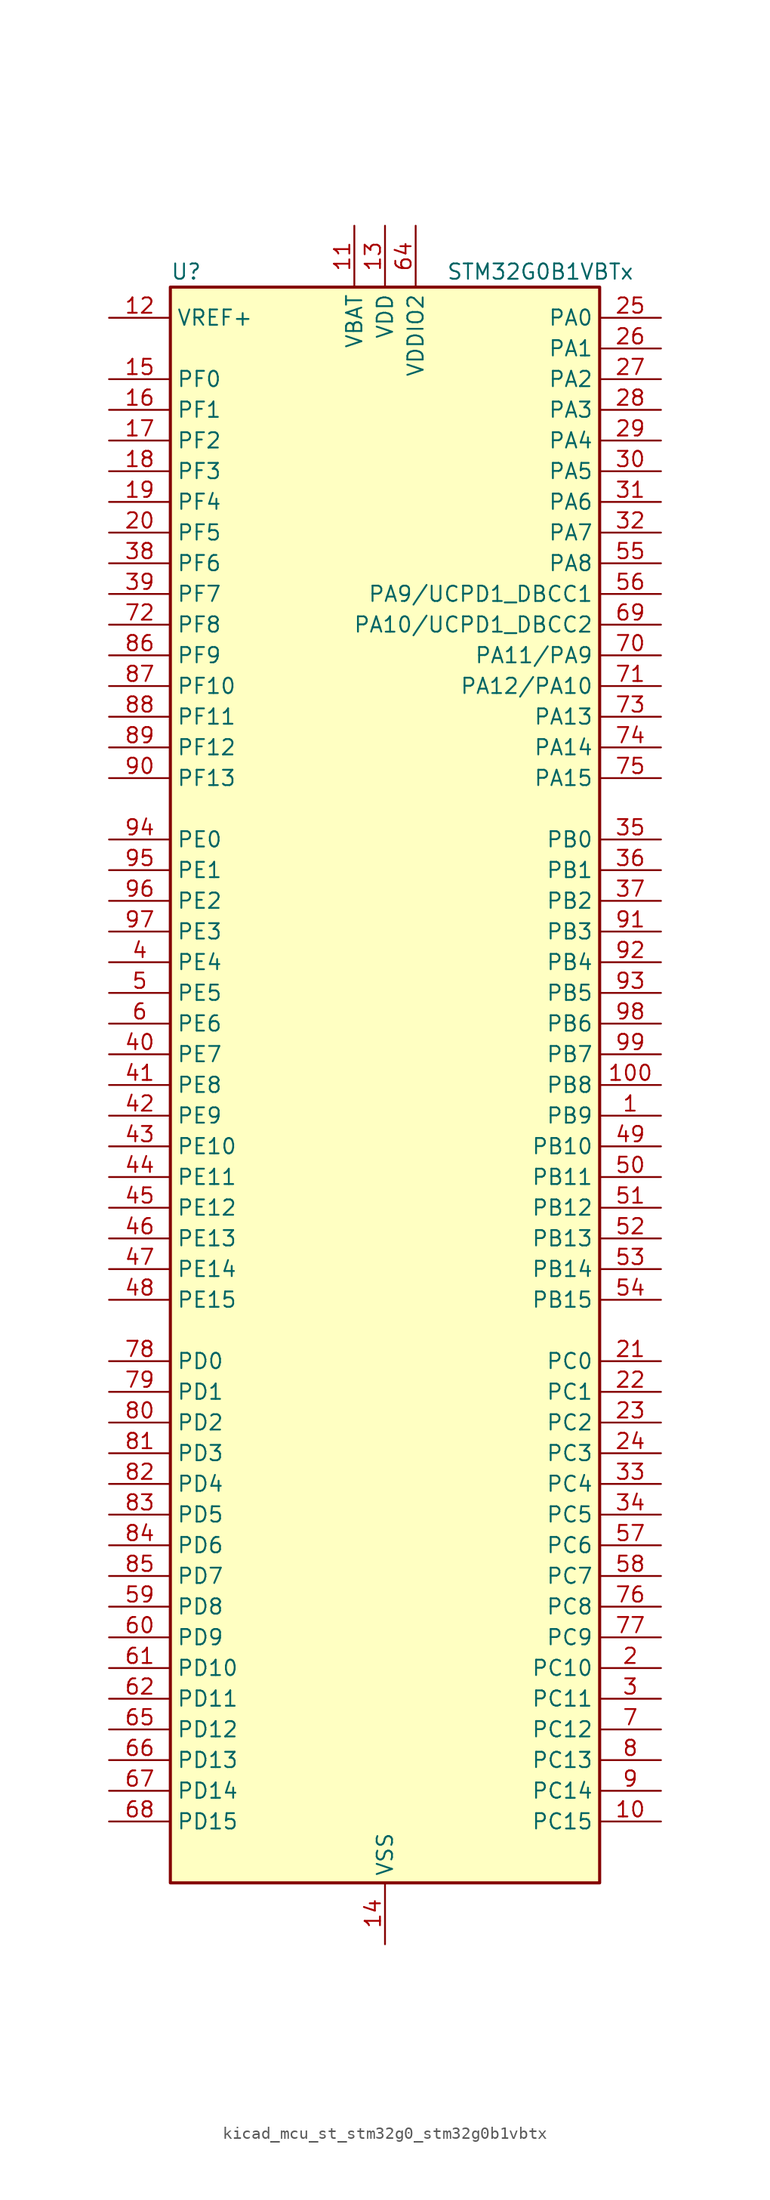
<source format=kicad_sym>
(kicad_symbol_lib
  (version 20220914)
  (generator kicad_symbol_editor)
  (symbol "kicad_mcu_st_stm32g0_stm32g0b1vbtx"
    (property "Reference" "U"
      (at -17.78 67.31 0)
      (effects (font (size 1.27 1.27)) (justify left)))
    (property "Value" "STM32G0B1VBTx"
      (at 5.08 67.31 0)
      (effects (font (size 1.27 1.27)) (justify left)))
    (property "ki_locked" ""
      (at 0 0 0)
      (effects (font (size 1.27 1.27))))
    (symbol "kicad_mcu_st_stm32g0_stm32g0b1vbtx_0_1"
      (rectangle (start -17.78 -66.04) (end 17.78 66.04) (stroke (width 0.254) (type default)) (fill (type background))))
    (symbol "kicad_mcu_st_stm32g0_stm32g0b1vbtx_1_1"
      (pin bidirectional line (at 22.86 -2.54 180) (length 5.08) (name "PB9" (effects (font (size 1.27 1.27)))) (number "1" (effects (font (size 1.27 1.27)))) (alternate "DAC1_EXTI9" bidirectional line) (alternate "FDCAN1_TX" bidirectional line) (alternate "I2C1_SDA" bidirectional line) (alternate "I2S2_WS" bidirectional line) (alternate "IR_OUT" bidirectional line) (alternate "SPI2_NSS" bidirectional line) (alternate "TIM17_CH1" bidirectional line) (alternate "TIM4_CH4" bidirectional line) (alternate "UCPD2_FRSTX1" bidirectional line) (alternate "UCPD2_FRSTX2" bidirectional line) (alternate "USART3_RX" bidirectional line) (alternate "USART6_RX" bidirectional line))
      (pin bidirectional line (at 22.86 -60.96 180) (length 5.08) (name "PC15" (effects (font (size 1.27 1.27)))) (number "10" (effects (font (size 1.27 1.27)))) (alternate "RCC_OSC32_EN" bidirectional line) (alternate "RCC_OSC32_OUT" bidirectional line) (alternate "RCC_OSC_EN" bidirectional line) (alternate "TIM15_BK" bidirectional line))
      (pin bidirectional line (at 22.86 0 180) (length 5.08) (name "PB8" (effects (font (size 1.27 1.27)))) (number "100" (effects (font (size 1.27 1.27)))) (alternate "CEC" bidirectional line) (alternate "FDCAN1_RX" bidirectional line) (alternate "I2C1_SCL" bidirectional line) (alternate "I2S2_CK" bidirectional line) (alternate "SPI2_SCK" bidirectional line) (alternate "TIM15_BK" bidirectional line) (alternate "TIM16_CH1" bidirectional line) (alternate "TIM4_CH3" bidirectional line) (alternate "USART3_TX" bidirectional line) (alternate "USART6_TX" bidirectional line))
      (pin power_in line (at -2.54 71.12 270) (length 5.08) (name "VBAT" (effects (font (size 1.27 1.27)))) (number "11" (effects (font (size 1.27 1.27)))))
      (pin input line (at -22.86 63.5 0) (length 5.08) (name "VREF+" (effects (font (size 1.27 1.27)))) (number "12" (effects (font (size 1.27 1.27)))) (alternate "VREFBUF_OUT" bidirectional line))
      (pin power_in line (at 0 71.12 270) (length 5.08) (name "VDD" (effects (font (size 1.27 1.27)))) (number "13" (effects (font (size 1.27 1.27)))))
      (pin power_in line (at 0 -71.12 90) (length 5.08) (name "VSS" (effects (font (size 1.27 1.27)))) (number "14" (effects (font (size 1.27 1.27)))))
      (pin bidirectional line (at -22.86 58.42 0) (length 5.08) (name "PF0" (effects (font (size 1.27 1.27)))) (number "15" (effects (font (size 1.27 1.27)))) (alternate "CRS1_SYNC" bidirectional line) (alternate "RCC_OSC_IN" bidirectional line) (alternate "TIM14_CH1" bidirectional line))
      (pin bidirectional line (at -22.86 55.88 0) (length 5.08) (name "PF1" (effects (font (size 1.27 1.27)))) (number "16" (effects (font (size 1.27 1.27)))) (alternate "RCC_OSC_EN" bidirectional line) (alternate "RCC_OSC_OUT" bidirectional line) (alternate "TIM15_CH1N" bidirectional line))
      (pin bidirectional line (at -22.86 53.34 0) (length 5.08) (name "PF2" (effects (font (size 1.27 1.27)))) (number "17" (effects (font (size 1.27 1.27)))) (alternate "LPUART2_DE" bidirectional line) (alternate "LPUART2_RTS" bidirectional line) (alternate "LPUART2_TX" bidirectional line) (alternate "RCC_MCO" bidirectional line))
      (pin bidirectional line (at -22.86 50.8 0) (length 5.08) (name "PF3" (effects (font (size 1.27 1.27)))) (number "18" (effects (font (size 1.27 1.27)))) (alternate "LPUART2_RX" bidirectional line) (alternate "USART6_CK" bidirectional line) (alternate "USART6_DE" bidirectional line) (alternate "USART6_RTS" bidirectional line))
      (pin bidirectional line (at -22.86 48.26 0) (length 5.08) (name "PF4" (effects (font (size 1.27 1.27)))) (number "19" (effects (font (size 1.27 1.27)))) (alternate "LPUART1_TX" bidirectional line))
      (pin bidirectional line (at 22.86 -48.26 180) (length 5.08) (name "PC10" (effects (font (size 1.27 1.27)))) (number "2" (effects (font (size 1.27 1.27)))) (alternate "SPI3_SCK" bidirectional line) (alternate "TIM1_CH3" bidirectional line) (alternate "USART3_TX" bidirectional line) (alternate "USART4_TX" bidirectional line))
      (pin bidirectional line (at -22.86 45.72 0) (length 5.08) (name "PF5" (effects (font (size 1.27 1.27)))) (number "20" (effects (font (size 1.27 1.27)))) (alternate "LPUART1_RX" bidirectional line))
      (pin bidirectional line (at 22.86 -22.86 180) (length 5.08) (name "PC0" (effects (font (size 1.27 1.27)))) (number "21" (effects (font (size 1.27 1.27)))) (alternate "COMP3_INM" bidirectional line) (alternate "COMP3_OUT" bidirectional line) (alternate "I2C3_SCL" bidirectional line) (alternate "LPTIM1_IN1" bidirectional line) (alternate "LPTIM2_IN1" bidirectional line) (alternate "LPUART1_RX" bidirectional line) (alternate "LPUART2_TX" bidirectional line) (alternate "USART6_TX" bidirectional line))
      (pin bidirectional line (at 22.86 -25.4 180) (length 5.08) (name "PC1" (effects (font (size 1.27 1.27)))) (number "22" (effects (font (size 1.27 1.27)))) (alternate "COMP3_INP" bidirectional line) (alternate "I2C3_SDA" bidirectional line) (alternate "LPTIM1_OUT" bidirectional line) (alternate "LPUART1_TX" bidirectional line) (alternate "LPUART2_RX" bidirectional line) (alternate "TIM15_CH1" bidirectional line) (alternate "USART6_RX" bidirectional line))
      (pin bidirectional line (at 22.86 -27.94 180) (length 5.08) (name "PC2" (effects (font (size 1.27 1.27)))) (number "23" (effects (font (size 1.27 1.27)))) (alternate "COMP3_OUT" bidirectional line) (alternate "FDCAN2_RX" bidirectional line) (alternate "I2S2_MCK" bidirectional line) (alternate "LPTIM1_IN2" bidirectional line) (alternate "SPI2_MISO" bidirectional line) (alternate "TIM15_CH2" bidirectional line))
      (pin bidirectional line (at 22.86 -30.48 180) (length 5.08) (name "PC3" (effects (font (size 1.27 1.27)))) (number "24" (effects (font (size 1.27 1.27)))) (alternate "FDCAN2_TX" bidirectional line) (alternate "I2S2_SD" bidirectional line) (alternate "LPTIM1_ETR" bidirectional line) (alternate "LPTIM2_ETR" bidirectional line) (alternate "SPI2_MOSI" bidirectional line))
      (pin bidirectional line (at 22.86 63.5 180) (length 5.08) (name "PA0" (effects (font (size 1.27 1.27)))) (number "25" (effects (font (size 1.27 1.27)))) (alternate "ADC1_IN0" bidirectional line) (alternate "COMP1_INM" bidirectional line) (alternate "COMP1_OUT" bidirectional line) (alternate "I2S2_CK" bidirectional line) (alternate "LPTIM1_OUT" bidirectional line) (alternate "RTC_TAMP_IN2" bidirectional line) (alternate "SPI2_SCK" bidirectional line) (alternate "SYS_WKUP1" bidirectional line) (alternate "TIM2_CH1" bidirectional line) (alternate "TIM2_ETR" bidirectional line) (alternate "UCPD2_FRSTX1" bidirectional line) (alternate "UCPD2_FRSTX2" bidirectional line) (alternate "USART2_CTS" bidirectional line) (alternate "USART2_NSS" bidirectional line) (alternate "USART4_TX" bidirectional line))
      (pin bidirectional line (at 22.86 60.96 180) (length 5.08) (name "PA1" (effects (font (size 1.27 1.27)))) (number "26" (effects (font (size 1.27 1.27)))) (alternate "ADC1_IN1" bidirectional line) (alternate "COMP1_INP" bidirectional line) (alternate "I2C1_SMBA" bidirectional line) (alternate "I2S1_CK" bidirectional line) (alternate "SPI1_SCK" bidirectional line) (alternate "TIM15_CH1N" bidirectional line) (alternate "TIM2_CH2" bidirectional line) (alternate "USART2_CK" bidirectional line) (alternate "USART2_DE" bidirectional line) (alternate "USART2_RTS" bidirectional line) (alternate "USART4_RX" bidirectional line))
      (pin bidirectional line (at 22.86 58.42 180) (length 5.08) (name "PA2" (effects (font (size 1.27 1.27)))) (number "27" (effects (font (size 1.27 1.27)))) (alternate "ADC1_IN2" bidirectional line) (alternate "COMP2_INM" bidirectional line) (alternate "COMP2_OUT" bidirectional line) (alternate "I2S1_SD" bidirectional line) (alternate "LPUART1_TX" bidirectional line) (alternate "RCC_LSCO" bidirectional line) (alternate "SPI1_MOSI" bidirectional line) (alternate "SYS_WKUP4" bidirectional line) (alternate "TIM15_CH1" bidirectional line) (alternate "TIM2_CH3" bidirectional line) (alternate "UCPD1_FRSTX1" bidirectional line) (alternate "UCPD1_FRSTX2" bidirectional line) (alternate "USART2_TX" bidirectional line))
      (pin bidirectional line (at 22.86 55.88 180) (length 5.08) (name "PA3" (effects (font (size 1.27 1.27)))) (number "28" (effects (font (size 1.27 1.27)))) (alternate "ADC1_IN3" bidirectional line) (alternate "COMP2_INP" bidirectional line) (alternate "I2S2_MCK" bidirectional line) (alternate "LPUART1_RX" bidirectional line) (alternate "SPI2_MISO" bidirectional line) (alternate "TIM15_CH2" bidirectional line) (alternate "TIM2_CH4" bidirectional line) (alternate "UCPD2_FRSTX1" bidirectional line) (alternate "UCPD2_FRSTX2" bidirectional line) (alternate "USART2_RX" bidirectional line))
      (pin bidirectional line (at 22.86 53.34 180) (length 5.08) (name "PA4" (effects (font (size 1.27 1.27)))) (number "29" (effects (font (size 1.27 1.27)))) (alternate "ADC1_IN4" bidirectional line) (alternate "DAC1_OUT1" bidirectional line) (alternate "I2S1_WS" bidirectional line) (alternate "I2S2_SD" bidirectional line) (alternate "LPTIM2_OUT" bidirectional line) (alternate "RTC_OUT2" bidirectional line) (alternate "SPI1_NSS" bidirectional line) (alternate "SPI2_MOSI" bidirectional line) (alternate "SPI3_NSS" bidirectional line) (alternate "TIM14_CH1" bidirectional line) (alternate "UCPD2_FRSTX1" bidirectional line) (alternate "UCPD2_FRSTX2" bidirectional line) (alternate "USART6_TX" bidirectional line) (alternate "USB_NOE" bidirectional line))
      (pin bidirectional line (at 22.86 -50.8 180) (length 5.08) (name "PC11" (effects (font (size 1.27 1.27)))) (number "3" (effects (font (size 1.27 1.27)))) (alternate "ADC1_EXTI11" bidirectional line) (alternate "SPI3_MISO" bidirectional line) (alternate "TIM1_CH4" bidirectional line) (alternate "USART3_RX" bidirectional line) (alternate "USART4_RX" bidirectional line))
      (pin bidirectional line (at 22.86 50.8 180) (length 5.08) (name "PA5" (effects (font (size 1.27 1.27)))) (number "30" (effects (font (size 1.27 1.27)))) (alternate "ADC1_IN5" bidirectional line) (alternate "CEC" bidirectional line) (alternate "DAC1_OUT2" bidirectional line) (alternate "I2S1_CK" bidirectional line) (alternate "LPTIM2_ETR" bidirectional line) (alternate "SPI1_SCK" bidirectional line) (alternate "TIM2_CH1" bidirectional line) (alternate "TIM2_ETR" bidirectional line) (alternate "UCPD1_FRSTX1" bidirectional line) (alternate "UCPD1_FRSTX2" bidirectional line) (alternate "USART3_TX" bidirectional line) (alternate "USART6_RX" bidirectional line))
      (pin bidirectional line (at 22.86 48.26 180) (length 5.08) (name "PA6" (effects (font (size 1.27 1.27)))) (number "31" (effects (font (size 1.27 1.27)))) (alternate "ADC1_IN6" bidirectional line) (alternate "COMP1_OUT" bidirectional line) (alternate "I2C2_SDA" bidirectional line) (alternate "I2C3_SDA" bidirectional line) (alternate "I2S1_MCK" bidirectional line) (alternate "LPUART1_CTS" bidirectional line) (alternate "SPI1_MISO" bidirectional line) (alternate "TIM16_CH1" bidirectional line) (alternate "TIM1_BK" bidirectional line) (alternate "TIM3_CH1" bidirectional line) (alternate "USART3_CTS" bidirectional line) (alternate "USART3_NSS" bidirectional line) (alternate "USART6_CTS" bidirectional line) (alternate "USART6_NSS" bidirectional line))
      (pin bidirectional line (at 22.86 45.72 180) (length 5.08) (name "PA7" (effects (font (size 1.27 1.27)))) (number "32" (effects (font (size 1.27 1.27)))) (alternate "ADC1_IN7" bidirectional line) (alternate "COMP2_OUT" bidirectional line) (alternate "I2C2_SCL" bidirectional line) (alternate "I2C3_SCL" bidirectional line) (alternate "I2S1_SD" bidirectional line) (alternate "SPI1_MOSI" bidirectional line) (alternate "TIM14_CH1" bidirectional line) (alternate "TIM17_CH1" bidirectional line) (alternate "TIM1_CH1N" bidirectional line) (alternate "TIM3_CH2" bidirectional line) (alternate "UCPD1_FRSTX1" bidirectional line) (alternate "UCPD1_FRSTX2" bidirectional line) (alternate "USART6_CK" bidirectional line) (alternate "USART6_DE" bidirectional line) (alternate "USART6_RTS" bidirectional line))
      (pin bidirectional line (at 22.86 -33.02 180) (length 5.08) (name "PC4" (effects (font (size 1.27 1.27)))) (number "33" (effects (font (size 1.27 1.27)))) (alternate "ADC1_IN17" bidirectional line) (alternate "COMP1_INM" bidirectional line) (alternate "FDCAN1_RX" bidirectional line) (alternate "TIM2_CH1" bidirectional line) (alternate "TIM2_ETR" bidirectional line) (alternate "USART1_TX" bidirectional line) (alternate "USART3_TX" bidirectional line))
      (pin bidirectional line (at 22.86 -35.56 180) (length 5.08) (name "PC5" (effects (font (size 1.27 1.27)))) (number "34" (effects (font (size 1.27 1.27)))) (alternate "ADC1_IN18" bidirectional line) (alternate "COMP1_INP" bidirectional line) (alternate "FDCAN1_TX" bidirectional line) (alternate "SYS_WKUP5" bidirectional line) (alternate "TIM2_CH2" bidirectional line) (alternate "USART1_RX" bidirectional line) (alternate "USART3_RX" bidirectional line))
      (pin bidirectional line (at 22.86 20.32 180) (length 5.08) (name "PB0" (effects (font (size 1.27 1.27)))) (number "35" (effects (font (size 1.27 1.27)))) (alternate "ADC1_IN8" bidirectional line) (alternate "COMP1_OUT" bidirectional line) (alternate "COMP3_INP" bidirectional line) (alternate "FDCAN2_RX" bidirectional line) (alternate "I2S1_WS" bidirectional line) (alternate "LPTIM1_OUT" bidirectional line) (alternate "LPUART2_CTS" bidirectional line) (alternate "SPI1_NSS" bidirectional line) (alternate "TIM1_CH2N" bidirectional line) (alternate "TIM3_CH3" bidirectional line) (alternate "UCPD1_FRSTX1" bidirectional line) (alternate "UCPD1_FRSTX2" bidirectional line) (alternate "USART3_RX" bidirectional line) (alternate "USART5_TX" bidirectional line))
      (pin bidirectional line (at 22.86 17.78 180) (length 5.08) (name "PB1" (effects (font (size 1.27 1.27)))) (number "36" (effects (font (size 1.27 1.27)))) (alternate "ADC1_IN9" bidirectional line) (alternate "COMP1_INM" bidirectional line) (alternate "COMP3_OUT" bidirectional line) (alternate "FDCAN2_TX" bidirectional line) (alternate "LPTIM2_IN1" bidirectional line) (alternate "LPUART1_DE" bidirectional line) (alternate "LPUART1_RTS" bidirectional line) (alternate "LPUART2_DE" bidirectional line) (alternate "LPUART2_RTS" bidirectional line) (alternate "TIM14_CH1" bidirectional line) (alternate "TIM1_CH3N" bidirectional line) (alternate "TIM3_CH4" bidirectional line) (alternate "USART3_CK" bidirectional line) (alternate "USART3_DE" bidirectional line) (alternate "USART3_RTS" bidirectional line) (alternate "USART5_RX" bidirectional line))
      (pin bidirectional line (at 22.86 15.24 180) (length 5.08) (name "PB2" (effects (font (size 1.27 1.27)))) (number "37" (effects (font (size 1.27 1.27)))) (alternate "ADC1_IN10" bidirectional line) (alternate "COMP1_INP" bidirectional line) (alternate "COMP3_INM" bidirectional line) (alternate "I2S2_MCK" bidirectional line) (alternate "LPTIM1_OUT" bidirectional line) (alternate "RCC_MCO_2" bidirectional line) (alternate "SPI2_MISO" bidirectional line) (alternate "USART3_TX" bidirectional line))
      (pin bidirectional line (at -22.86 43.18 0) (length 5.08) (name "PF6" (effects (font (size 1.27 1.27)))) (number "38" (effects (font (size 1.27 1.27)))) (alternate "LPUART1_DE" bidirectional line) (alternate "LPUART1_RTS" bidirectional line))
      (pin bidirectional line (at -22.86 40.64 0) (length 5.08) (name "PF7" (effects (font (size 1.27 1.27)))) (number "39" (effects (font (size 1.27 1.27)))) (alternate "LPUART1_CTS" bidirectional line) (alternate "USART5_CTS" bidirectional line) (alternate "USART5_NSS" bidirectional line))
      (pin bidirectional line (at -22.86 10.16 0) (length 5.08) (name "PE4" (effects (font (size 1.27 1.27)))) (number "4" (effects (font (size 1.27 1.27)))) (alternate "TIM3_CH2" bidirectional line))
      (pin bidirectional line (at -22.86 2.54 0) (length 5.08) (name "PE7" (effects (font (size 1.27 1.27)))) (number "40" (effects (font (size 1.27 1.27)))) (alternate "COMP3_INP" bidirectional line) (alternate "TIM1_ETR" bidirectional line) (alternate "USART5_CK" bidirectional line) (alternate "USART5_DE" bidirectional line) (alternate "USART5_RTS" bidirectional line))
      (pin bidirectional line (at -22.86 0 0) (length 5.08) (name "PE8" (effects (font (size 1.27 1.27)))) (number "41" (effects (font (size 1.27 1.27)))) (alternate "COMP3_INM" bidirectional line) (alternate "TIM1_CH1N" bidirectional line) (alternate "USART4_TX" bidirectional line))
      (pin bidirectional line (at -22.86 -2.54 0) (length 5.08) (name "PE9" (effects (font (size 1.27 1.27)))) (number "42" (effects (font (size 1.27 1.27)))) (alternate "DAC1_EXTI9" bidirectional line) (alternate "TIM1_CH1" bidirectional line) (alternate "USART4_RX" bidirectional line))
      (pin bidirectional line (at -22.86 -5.08 0) (length 5.08) (name "PE10" (effects (font (size 1.27 1.27)))) (number "43" (effects (font (size 1.27 1.27)))) (alternate "TIM1_CH2N" bidirectional line) (alternate "USART5_TX" bidirectional line))
      (pin bidirectional line (at -22.86 -7.62 0) (length 5.08) (name "PE11" (effects (font (size 1.27 1.27)))) (number "44" (effects (font (size 1.27 1.27)))) (alternate "ADC1_EXTI11" bidirectional line) (alternate "TIM1_CH2" bidirectional line) (alternate "USART5_RX" bidirectional line))
      (pin bidirectional line (at -22.86 -10.16 0) (length 5.08) (name "PE12" (effects (font (size 1.27 1.27)))) (number "45" (effects (font (size 1.27 1.27)))) (alternate "I2S1_WS" bidirectional line) (alternate "SPI1_NSS" bidirectional line) (alternate "TIM1_CH3N" bidirectional line))
      (pin bidirectional line (at -22.86 -12.7 0) (length 5.08) (name "PE13" (effects (font (size 1.27 1.27)))) (number "46" (effects (font (size 1.27 1.27)))) (alternate "I2S1_CK" bidirectional line) (alternate "SPI1_SCK" bidirectional line) (alternate "TIM1_CH3" bidirectional line))
      (pin bidirectional line (at -22.86 -15.24 0) (length 5.08) (name "PE14" (effects (font (size 1.27 1.27)))) (number "47" (effects (font (size 1.27 1.27)))) (alternate "I2S1_MCK" bidirectional line) (alternate "SPI1_MISO" bidirectional line) (alternate "TIM1_BK2" bidirectional line) (alternate "TIM1_CH4" bidirectional line))
      (pin bidirectional line (at -22.86 -17.78 0) (length 5.08) (name "PE15" (effects (font (size 1.27 1.27)))) (number "48" (effects (font (size 1.27 1.27)))) (alternate "I2S1_SD" bidirectional line) (alternate "SPI1_MOSI" bidirectional line) (alternate "TIM1_BK" bidirectional line))
      (pin bidirectional line (at 22.86 -5.08 180) (length 5.08) (name "PB10" (effects (font (size 1.27 1.27)))) (number "49" (effects (font (size 1.27 1.27)))) (alternate "ADC1_IN11" bidirectional line) (alternate "CEC" bidirectional line) (alternate "COMP1_OUT" bidirectional line) (alternate "I2C2_SCL" bidirectional line) (alternate "I2S2_CK" bidirectional line) (alternate "LPUART1_RX" bidirectional line) (alternate "SPI2_SCK" bidirectional line) (alternate "TIM2_CH3" bidirectional line) (alternate "USART3_TX" bidirectional line))
      (pin bidirectional line (at -22.86 7.62 0) (length 5.08) (name "PE5" (effects (font (size 1.27 1.27)))) (number "5" (effects (font (size 1.27 1.27)))) (alternate "TIM3_CH3" bidirectional line))
      (pin bidirectional line (at 22.86 -7.62 180) (length 5.08) (name "PB11" (effects (font (size 1.27 1.27)))) (number "50" (effects (font (size 1.27 1.27)))) (alternate "ADC1_EXTI11" bidirectional line) (alternate "ADC1_IN15" bidirectional line) (alternate "COMP2_OUT" bidirectional line) (alternate "I2C2_SDA" bidirectional line) (alternate "I2S2_SD" bidirectional line) (alternate "LPUART1_TX" bidirectional line) (alternate "SPI2_MOSI" bidirectional line) (alternate "TIM2_CH4" bidirectional line) (alternate "USART3_RX" bidirectional line))
      (pin bidirectional line (at 22.86 -10.16 180) (length 5.08) (name "PB12" (effects (font (size 1.27 1.27)))) (number "51" (effects (font (size 1.27 1.27)))) (alternate "ADC1_IN16" bidirectional line) (alternate "FDCAN2_RX" bidirectional line) (alternate "I2C2_SMBA" bidirectional line) (alternate "I2S2_WS" bidirectional line) (alternate "LPUART1_DE" bidirectional line) (alternate "LPUART1_RTS" bidirectional line) (alternate "SPI2_NSS" bidirectional line) (alternate "TIM15_BK" bidirectional line) (alternate "TIM1_BK" bidirectional line) (alternate "UCPD2_FRSTX1" bidirectional line) (alternate "UCPD2_FRSTX2" bidirectional line))
      (pin bidirectional line (at 22.86 -12.7 180) (length 5.08) (name "PB13" (effects (font (size 1.27 1.27)))) (number "52" (effects (font (size 1.27 1.27)))) (alternate "FDCAN2_TX" bidirectional line) (alternate "I2C2_SCL" bidirectional line) (alternate "I2S2_CK" bidirectional line) (alternate "LPUART1_CTS" bidirectional line) (alternate "SPI2_SCK" bidirectional line) (alternate "TIM15_CH1N" bidirectional line) (alternate "TIM1_CH1N" bidirectional line) (alternate "USART3_CTS" bidirectional line) (alternate "USART3_NSS" bidirectional line))
      (pin bidirectional line (at 22.86 -15.24 180) (length 5.08) (name "PB14" (effects (font (size 1.27 1.27)))) (number "53" (effects (font (size 1.27 1.27)))) (alternate "I2C2_SDA" bidirectional line) (alternate "I2S2_MCK" bidirectional line) (alternate "SPI2_MISO" bidirectional line) (alternate "TIM15_CH1" bidirectional line) (alternate "TIM1_CH2N" bidirectional line) (alternate "UCPD1_FRSTX1" bidirectional line) (alternate "UCPD1_FRSTX2" bidirectional line) (alternate "USART3_CK" bidirectional line) (alternate "USART3_DE" bidirectional line) (alternate "USART3_RTS" bidirectional line) (alternate "USART6_CK" bidirectional line) (alternate "USART6_DE" bidirectional line) (alternate "USART6_RTS" bidirectional line))
      (pin bidirectional line (at 22.86 -17.78 180) (length 5.08) (name "PB15" (effects (font (size 1.27 1.27)))) (number "54" (effects (font (size 1.27 1.27)))) (alternate "I2S2_SD" bidirectional line) (alternate "RTC_REFIN" bidirectional line) (alternate "SPI2_MOSI" bidirectional line) (alternate "TIM15_CH1N" bidirectional line) (alternate "TIM15_CH2" bidirectional line) (alternate "TIM1_CH3N" bidirectional line) (alternate "UCPD1_CC2" bidirectional line) (alternate "USART6_CTS" bidirectional line) (alternate "USART6_NSS" bidirectional line))
      (pin bidirectional line (at 22.86 43.18 180) (length 5.08) (name "PA8" (effects (font (size 1.27 1.27)))) (number "55" (effects (font (size 1.27 1.27)))) (alternate "CRS1_SYNC" bidirectional line) (alternate "I2C2_SMBA" bidirectional line) (alternate "I2S2_WS" bidirectional line) (alternate "LPTIM2_OUT" bidirectional line) (alternate "RCC_MCO" bidirectional line) (alternate "SPI2_NSS" bidirectional line) (alternate "TIM1_CH1" bidirectional line) (alternate "UCPD1_CC1" bidirectional line))
      (pin bidirectional line (at 22.86 40.64 180) (length 5.08) (name "PA9/UCPD1_DBCC1" (effects (font (size 1.27 1.27)))) (number "56" (effects (font (size 1.27 1.27)))) (alternate "DAC1_EXTI9" bidirectional line) (alternate "I2C1_SCL" bidirectional line) (alternate "I2C2_SCL" bidirectional line) (alternate "I2S2_MCK" bidirectional line) (alternate "RCC_MCO" bidirectional line) (alternate "SPI2_MISO" bidirectional line) (alternate "TIM15_BK" bidirectional line) (alternate "TIM1_CH2" bidirectional line) (alternate "UCPD1_DBCC1" bidirectional line) (alternate "USART1_TX" bidirectional line))
      (pin bidirectional line (at 22.86 -38.1 180) (length 5.08) (name "PC6" (effects (font (size 1.27 1.27)))) (number "57" (effects (font (size 1.27 1.27)))) (alternate "LPUART2_TX" bidirectional line) (alternate "TIM2_CH3" bidirectional line) (alternate "TIM3_CH1" bidirectional line) (alternate "UCPD1_FRSTX1" bidirectional line) (alternate "UCPD1_FRSTX2" bidirectional line))
      (pin bidirectional line (at 22.86 -40.64 180) (length 5.08) (name "PC7" (effects (font (size 1.27 1.27)))) (number "58" (effects (font (size 1.27 1.27)))) (alternate "LPUART2_RX" bidirectional line) (alternate "TIM2_CH4" bidirectional line) (alternate "TIM3_CH2" bidirectional line) (alternate "UCPD2_FRSTX1" bidirectional line) (alternate "UCPD2_FRSTX2" bidirectional line))
      (pin bidirectional line (at -22.86 -43.18 0) (length 5.08) (name "PD8" (effects (font (size 1.27 1.27)))) (number "59" (effects (font (size 1.27 1.27)))) (alternate "I2S1_CK" bidirectional line) (alternate "LPTIM1_OUT" bidirectional line) (alternate "SPI1_SCK" bidirectional line) (alternate "USART3_TX" bidirectional line))
      (pin bidirectional line (at -22.86 5.08 0) (length 5.08) (name "PE6" (effects (font (size 1.27 1.27)))) (number "6" (effects (font (size 1.27 1.27)))) (alternate "RTC_TAMP_IN3" bidirectional line) (alternate "SYS_WKUP3" bidirectional line) (alternate "TIM3_CH4" bidirectional line))
      (pin bidirectional line (at -22.86 -45.72 0) (length 5.08) (name "PD9" (effects (font (size 1.27 1.27)))) (number "60" (effects (font (size 1.27 1.27)))) (alternate "DAC1_EXTI9" bidirectional line) (alternate "I2S1_WS" bidirectional line) (alternate "SPI1_NSS" bidirectional line) (alternate "TIM1_BK2" bidirectional line) (alternate "USART3_RX" bidirectional line))
      (pin bidirectional line (at -22.86 -48.26 0) (length 5.08) (name "PD10" (effects (font (size 1.27 1.27)))) (number "61" (effects (font (size 1.27 1.27)))) (alternate "RCC_MCO" bidirectional line))
      (pin bidirectional line (at -22.86 -50.8 0) (length 5.08) (name "PD11" (effects (font (size 1.27 1.27)))) (number "62" (effects (font (size 1.27 1.27)))) (alternate "ADC1_EXTI11" bidirectional line) (alternate "LPTIM2_ETR" bidirectional line) (alternate "USART3_CTS" bidirectional line) (alternate "USART3_NSS" bidirectional line))
      (pin passive line (at 0 -71.12 90) (length 5.08) hide (name "VSS" (effects (font (size 1.27 1.27)))) (number "63" (effects (font (size 1.27 1.27)))))
      (pin power_in line (at 2.54 71.12 270) (length 5.08) (name "VDDIO2" (effects (font (size 1.27 1.27)))) (number "64" (effects (font (size 1.27 1.27)))))
      (pin bidirectional line (at -22.86 -53.34 0) (length 5.08) (name "PD12" (effects (font (size 1.27 1.27)))) (number "65" (effects (font (size 1.27 1.27)))) (alternate "FDCAN1_RX" bidirectional line) (alternate "LPTIM2_IN1" bidirectional line) (alternate "TIM4_CH1" bidirectional line) (alternate "USART3_CK" bidirectional line) (alternate "USART3_DE" bidirectional line) (alternate "USART3_RTS" bidirectional line))
      (pin bidirectional line (at -22.86 -55.88 0) (length 5.08) (name "PD13" (effects (font (size 1.27 1.27)))) (number "66" (effects (font (size 1.27 1.27)))) (alternate "FDCAN1_TX" bidirectional line) (alternate "LPTIM2_OUT" bidirectional line) (alternate "TIM4_CH2" bidirectional line))
      (pin bidirectional line (at -22.86 -58.42 0) (length 5.08) (name "PD14" (effects (font (size 1.27 1.27)))) (number "67" (effects (font (size 1.27 1.27)))) (alternate "FDCAN2_RX" bidirectional line) (alternate "LPUART2_CTS" bidirectional line) (alternate "TIM4_CH3" bidirectional line))
      (pin bidirectional line (at -22.86 -60.96 0) (length 5.08) (name "PD15" (effects (font (size 1.27 1.27)))) (number "68" (effects (font (size 1.27 1.27)))) (alternate "CRS1_SYNC" bidirectional line) (alternate "FDCAN2_TX" bidirectional line) (alternate "LPUART2_DE" bidirectional line) (alternate "LPUART2_RTS" bidirectional line) (alternate "TIM4_CH4" bidirectional line))
      (pin bidirectional line (at 22.86 38.1 180) (length 5.08) (name "PA10/UCPD1_DBCC2" (effects (font (size 1.27 1.27)))) (number "69" (effects (font (size 1.27 1.27)))) (alternate "I2C1_SDA" bidirectional line) (alternate "I2C2_SDA" bidirectional line) (alternate "I2S2_SD" bidirectional line) (alternate "RCC_MCO_2" bidirectional line) (alternate "SPI2_MOSI" bidirectional line) (alternate "TIM17_BK" bidirectional line) (alternate "TIM1_CH3" bidirectional line) (alternate "UCPD1_DBCC2" bidirectional line) (alternate "USART1_RX" bidirectional line))
      (pin bidirectional line (at 22.86 -53.34 180) (length 5.08) (name "PC12" (effects (font (size 1.27 1.27)))) (number "7" (effects (font (size 1.27 1.27)))) (alternate "LPTIM1_IN1" bidirectional line) (alternate "SPI3_MOSI" bidirectional line) (alternate "TIM14_CH1" bidirectional line) (alternate "UCPD1_FRSTX1" bidirectional line) (alternate "UCPD1_FRSTX2" bidirectional line) (alternate "USART5_TX" bidirectional line))
      (pin bidirectional line (at 22.86 35.56 180) (length 5.08) (name "PA11/PA9" (effects (font (size 1.27 1.27)))) (number "70" (effects (font (size 1.27 1.27)))) (alternate "ADC1_EXTI11" bidirectional line) (alternate "COMP1_OUT" bidirectional line) (alternate "FDCAN1_RX" bidirectional line) (alternate "I2C2_SCL" bidirectional line) (alternate "I2S1_MCK" bidirectional line) (alternate "SPI1_MISO" bidirectional line) (alternate "TIM1_BK2" bidirectional line) (alternate "TIM1_CH4" bidirectional line) (alternate "USART1_CTS" bidirectional line) (alternate "USART1_NSS" bidirectional line) (alternate "USB_DM" bidirectional line))
      (pin bidirectional line (at 22.86 33.02 180) (length 5.08) (name "PA12/PA10" (effects (font (size 1.27 1.27)))) (number "71" (effects (font (size 1.27 1.27)))) (alternate "COMP2_OUT" bidirectional line) (alternate "FDCAN1_TX" bidirectional line) (alternate "I2C2_SDA" bidirectional line) (alternate "I2S1_SD" bidirectional line) (alternate "I2S_CKIN" bidirectional line) (alternate "SPI1_MOSI" bidirectional line) (alternate "TIM1_ETR" bidirectional line) (alternate "USART1_CK" bidirectional line) (alternate "USART1_DE" bidirectional line) (alternate "USART1_RTS" bidirectional line) (alternate "USB_DP" bidirectional line))
      (pin bidirectional line (at -22.86 38.1 0) (length 5.08) (name "PF8" (effects (font (size 1.27 1.27)))) (number "72" (effects (font (size 1.27 1.27)))))
      (pin bidirectional line (at 22.86 30.48 180) (length 5.08) (name "PA13" (effects (font (size 1.27 1.27)))) (number "73" (effects (font (size 1.27 1.27)))) (alternate "IR_OUT" bidirectional line) (alternate "LPUART2_RX" bidirectional line) (alternate "SYS_SWDIO" bidirectional line) (alternate "USB_NOE" bidirectional line))
      (pin bidirectional line (at 22.86 27.94 180) (length 5.08) (name "PA14" (effects (font (size 1.27 1.27)))) (number "74" (effects (font (size 1.27 1.27)))) (alternate "LPUART2_TX" bidirectional line) (alternate "SYS_SWCLK" bidirectional line) (alternate "USART2_TX" bidirectional line))
      (pin bidirectional line (at 22.86 25.4 180) (length 5.08) (name "PA15" (effects (font (size 1.27 1.27)))) (number "75" (effects (font (size 1.27 1.27)))) (alternate "I2C2_SMBA" bidirectional line) (alternate "I2S1_WS" bidirectional line) (alternate "RCC_MCO_2" bidirectional line) (alternate "SPI1_NSS" bidirectional line) (alternate "SPI3_NSS" bidirectional line) (alternate "TIM2_CH1" bidirectional line) (alternate "TIM2_ETR" bidirectional line) (alternate "USART2_RX" bidirectional line) (alternate "USART3_CK" bidirectional line) (alternate "USART3_DE" bidirectional line) (alternate "USART3_RTS" bidirectional line) (alternate "USART4_CK" bidirectional line) (alternate "USART4_DE" bidirectional line) (alternate "USART4_RTS" bidirectional line) (alternate "USB_NOE" bidirectional line))
      (pin bidirectional line (at 22.86 -43.18 180) (length 5.08) (name "PC8" (effects (font (size 1.27 1.27)))) (number "76" (effects (font (size 1.27 1.27)))) (alternate "LPUART2_CTS" bidirectional line) (alternate "TIM1_CH1" bidirectional line) (alternate "TIM3_CH3" bidirectional line) (alternate "UCPD2_FRSTX1" bidirectional line) (alternate "UCPD2_FRSTX2" bidirectional line))
      (pin bidirectional line (at 22.86 -45.72 180) (length 5.08) (name "PC9" (effects (font (size 1.27 1.27)))) (number "77" (effects (font (size 1.27 1.27)))) (alternate "DAC1_EXTI9" bidirectional line) (alternate "I2S_CKIN" bidirectional line) (alternate "LPUART2_DE" bidirectional line) (alternate "LPUART2_RTS" bidirectional line) (alternate "TIM1_CH2" bidirectional line) (alternate "TIM3_CH4" bidirectional line) (alternate "USB_NOE" bidirectional line))
      (pin bidirectional line (at -22.86 -22.86 0) (length 5.08) (name "PD0" (effects (font (size 1.27 1.27)))) (number "78" (effects (font (size 1.27 1.27)))) (alternate "FDCAN1_RX" bidirectional line) (alternate "I2S2_WS" bidirectional line) (alternate "SPI2_NSS" bidirectional line) (alternate "TIM16_CH1" bidirectional line) (alternate "UCPD2_CC1" bidirectional line))
      (pin bidirectional line (at -22.86 -25.4 0) (length 5.08) (name "PD1" (effects (font (size 1.27 1.27)))) (number "79" (effects (font (size 1.27 1.27)))) (alternate "FDCAN1_TX" bidirectional line) (alternate "I2S2_CK" bidirectional line) (alternate "SPI2_SCK" bidirectional line) (alternate "TIM17_CH1" bidirectional line) (alternate "UCPD2_DBCC1" bidirectional line))
      (pin bidirectional line (at 22.86 -55.88 180) (length 5.08) (name "PC13" (effects (font (size 1.27 1.27)))) (number "8" (effects (font (size 1.27 1.27)))) (alternate "RTC_OUT1" bidirectional line) (alternate "RTC_TAMP_IN1" bidirectional line) (alternate "RTC_TS" bidirectional line) (alternate "SYS_WKUP2" bidirectional line) (alternate "TIM1_BK" bidirectional line))
      (pin bidirectional line (at -22.86 -27.94 0) (length 5.08) (name "PD2" (effects (font (size 1.27 1.27)))) (number "80" (effects (font (size 1.27 1.27)))) (alternate "TIM1_CH1N" bidirectional line) (alternate "TIM3_ETR" bidirectional line) (alternate "UCPD2_CC2" bidirectional line) (alternate "USART3_CK" bidirectional line) (alternate "USART3_DE" bidirectional line) (alternate "USART3_RTS" bidirectional line) (alternate "USART5_RX" bidirectional line))
      (pin bidirectional line (at -22.86 -30.48 0) (length 5.08) (name "PD3" (effects (font (size 1.27 1.27)))) (number "81" (effects (font (size 1.27 1.27)))) (alternate "I2S2_MCK" bidirectional line) (alternate "SPI2_MISO" bidirectional line) (alternate "TIM1_CH2N" bidirectional line) (alternate "UCPD2_DBCC2" bidirectional line) (alternate "USART2_CTS" bidirectional line) (alternate "USART2_NSS" bidirectional line) (alternate "USART5_TX" bidirectional line))
      (pin bidirectional line (at -22.86 -33.02 0) (length 5.08) (name "PD4" (effects (font (size 1.27 1.27)))) (number "82" (effects (font (size 1.27 1.27)))) (alternate "I2S2_SD" bidirectional line) (alternate "SPI2_MOSI" bidirectional line) (alternate "TIM1_CH3N" bidirectional line) (alternate "USART2_CK" bidirectional line) (alternate "USART2_DE" bidirectional line) (alternate "USART2_RTS" bidirectional line) (alternate "USART5_CK" bidirectional line) (alternate "USART5_DE" bidirectional line) (alternate "USART5_RTS" bidirectional line))
      (pin bidirectional line (at -22.86 -35.56 0) (length 5.08) (name "PD5" (effects (font (size 1.27 1.27)))) (number "83" (effects (font (size 1.27 1.27)))) (alternate "I2S1_MCK" bidirectional line) (alternate "SPI1_MISO" bidirectional line) (alternate "TIM1_BK" bidirectional line) (alternate "USART2_TX" bidirectional line) (alternate "USART5_CTS" bidirectional line) (alternate "USART5_NSS" bidirectional line))
      (pin bidirectional line (at -22.86 -38.1 0) (length 5.08) (name "PD6" (effects (font (size 1.27 1.27)))) (number "84" (effects (font (size 1.27 1.27)))) (alternate "I2S1_SD" bidirectional line) (alternate "LPTIM2_OUT" bidirectional line) (alternate "SPI1_MOSI" bidirectional line) (alternate "USART2_RX" bidirectional line))
      (pin bidirectional line (at -22.86 -40.64 0) (length 5.08) (name "PD7" (effects (font (size 1.27 1.27)))) (number "85" (effects (font (size 1.27 1.27)))) (alternate "RCC_MCO_2" bidirectional line))
      (pin bidirectional line (at -22.86 35.56 0) (length 5.08) (name "PF9" (effects (font (size 1.27 1.27)))) (number "86" (effects (font (size 1.27 1.27)))) (alternate "DAC1_EXTI9" bidirectional line) (alternate "USART6_TX" bidirectional line))
      (pin bidirectional line (at -22.86 33.02 0) (length 5.08) (name "PF10" (effects (font (size 1.27 1.27)))) (number "87" (effects (font (size 1.27 1.27)))) (alternate "USART6_RX" bidirectional line))
      (pin bidirectional line (at -22.86 30.48 0) (length 5.08) (name "PF11" (effects (font (size 1.27 1.27)))) (number "88" (effects (font (size 1.27 1.27)))) (alternate "ADC1_EXTI11" bidirectional line) (alternate "USART6_CK" bidirectional line) (alternate "USART6_DE" bidirectional line) (alternate "USART6_RTS" bidirectional line))
      (pin bidirectional line (at -22.86 27.94 0) (length 5.08) (name "PF12" (effects (font (size 1.27 1.27)))) (number "89" (effects (font (size 1.27 1.27)))) (alternate "TIM15_CH1" bidirectional line) (alternate "USART6_CTS" bidirectional line) (alternate "USART6_NSS" bidirectional line))
      (pin bidirectional line (at 22.86 -58.42 180) (length 5.08) (name "PC14" (effects (font (size 1.27 1.27)))) (number "9" (effects (font (size 1.27 1.27)))) (alternate "RCC_OSC32_IN" bidirectional line) (alternate "TIM1_BK2" bidirectional line))
      (pin bidirectional line (at -22.86 25.4 0) (length 5.08) (name "PF13" (effects (font (size 1.27 1.27)))) (number "90" (effects (font (size 1.27 1.27)))) (alternate "TIM15_CH2" bidirectional line))
      (pin bidirectional line (at 22.86 12.7 180) (length 5.08) (name "PB3" (effects (font (size 1.27 1.27)))) (number "91" (effects (font (size 1.27 1.27)))) (alternate "COMP2_INM" bidirectional line) (alternate "I2C2_SCL" bidirectional line) (alternate "I2C3_SCL" bidirectional line) (alternate "I2S1_CK" bidirectional line) (alternate "SPI1_SCK" bidirectional line) (alternate "SPI3_SCK" bidirectional line) (alternate "TIM1_CH2" bidirectional line) (alternate "TIM2_CH2" bidirectional line) (alternate "USART1_CK" bidirectional line) (alternate "USART1_DE" bidirectional line) (alternate "USART1_RTS" bidirectional line) (alternate "USART5_TX" bidirectional line))
      (pin bidirectional line (at 22.86 10.16 180) (length 5.08) (name "PB4" (effects (font (size 1.27 1.27)))) (number "92" (effects (font (size 1.27 1.27)))) (alternate "COMP2_INP" bidirectional line) (alternate "I2C2_SDA" bidirectional line) (alternate "I2C3_SDA" bidirectional line) (alternate "I2S1_MCK" bidirectional line) (alternate "SPI1_MISO" bidirectional line) (alternate "SPI3_MISO" bidirectional line) (alternate "TIM17_BK" bidirectional line) (alternate "TIM3_CH1" bidirectional line) (alternate "USART1_CTS" bidirectional line) (alternate "USART1_NSS" bidirectional line) (alternate "USART5_RX" bidirectional line))
      (pin bidirectional line (at 22.86 7.62 180) (length 5.08) (name "PB5" (effects (font (size 1.27 1.27)))) (number "93" (effects (font (size 1.27 1.27)))) (alternate "COMP2_OUT" bidirectional line) (alternate "FDCAN2_RX" bidirectional line) (alternate "I2C1_SMBA" bidirectional line) (alternate "I2S1_SD" bidirectional line) (alternate "LPTIM1_IN1" bidirectional line) (alternate "SPI1_MOSI" bidirectional line) (alternate "SPI3_MOSI" bidirectional line) (alternate "SYS_WKUP6" bidirectional line) (alternate "TIM16_BK" bidirectional line) (alternate "TIM3_CH2" bidirectional line) (alternate "USART5_CK" bidirectional line) (alternate "USART5_DE" bidirectional line) (alternate "USART5_RTS" bidirectional line))
      (pin bidirectional line (at -22.86 20.32 0) (length 5.08) (name "PE0" (effects (font (size 1.27 1.27)))) (number "94" (effects (font (size 1.27 1.27)))) (alternate "TIM16_CH1" bidirectional line) (alternate "TIM4_ETR" bidirectional line))
      (pin bidirectional line (at -22.86 17.78 0) (length 5.08) (name "PE1" (effects (font (size 1.27 1.27)))) (number "95" (effects (font (size 1.27 1.27)))) (alternate "TIM17_CH1" bidirectional line))
      (pin bidirectional line (at -22.86 15.24 0) (length 5.08) (name "PE2" (effects (font (size 1.27 1.27)))) (number "96" (effects (font (size 1.27 1.27)))) (alternate "TIM3_ETR" bidirectional line))
      (pin bidirectional line (at -22.86 12.7 0) (length 5.08) (name "PE3" (effects (font (size 1.27 1.27)))) (number "97" (effects (font (size 1.27 1.27)))) (alternate "TIM3_CH1" bidirectional line))
      (pin bidirectional line (at 22.86 5.08 180) (length 5.08) (name "PB6" (effects (font (size 1.27 1.27)))) (number "98" (effects (font (size 1.27 1.27)))) (alternate "COMP2_INP" bidirectional line) (alternate "FDCAN2_TX" bidirectional line) (alternate "I2C1_SCL" bidirectional line) (alternate "I2S2_MCK" bidirectional line) (alternate "LPTIM1_ETR" bidirectional line) (alternate "LPUART2_TX" bidirectional line) (alternate "SPI2_MISO" bidirectional line) (alternate "TIM16_CH1N" bidirectional line) (alternate "TIM1_CH3" bidirectional line) (alternate "TIM4_CH1" bidirectional line) (alternate "USART1_TX" bidirectional line) (alternate "USART5_CTS" bidirectional line) (alternate "USART5_NSS" bidirectional line))
      (pin bidirectional line (at 22.86 2.54 180) (length 5.08) (name "PB7" (effects (font (size 1.27 1.27)))) (number "99" (effects (font (size 1.27 1.27)))) (alternate "COMP2_INM" bidirectional line) (alternate "I2C1_SDA" bidirectional line) (alternate "I2S2_SD" bidirectional line) (alternate "LPTIM1_IN2" bidirectional line) (alternate "LPUART2_RX" bidirectional line) (alternate "SPI2_MOSI" bidirectional line) (alternate "SYS_PVD_IN" bidirectional line) (alternate "TIM17_CH1N" bidirectional line) (alternate "TIM4_CH2" bidirectional line) (alternate "USART1_RX" bidirectional line) (alternate "USART4_CTS" bidirectional line) (alternate "USART4_NSS" bidirectional line)))))
</source>
